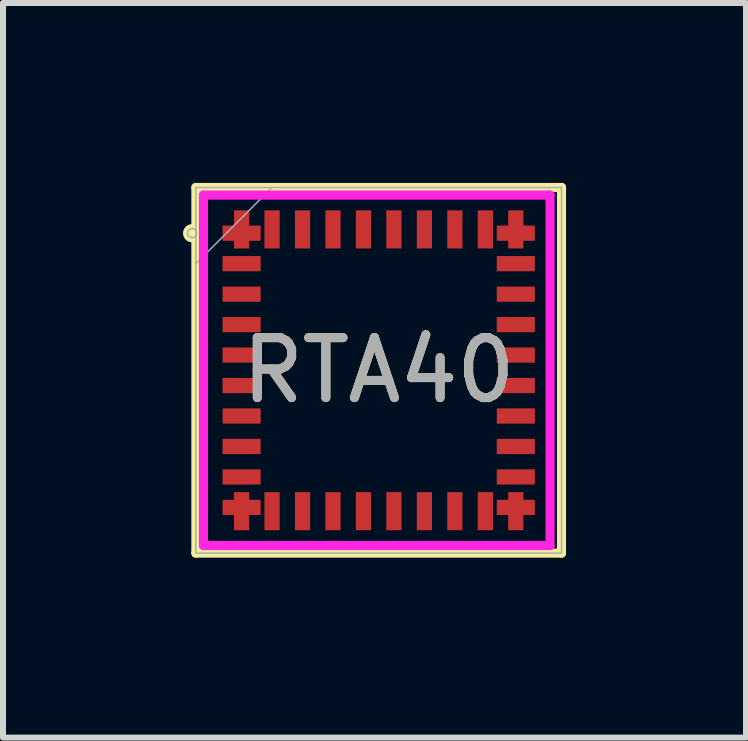
<source format=kicad_pcb>
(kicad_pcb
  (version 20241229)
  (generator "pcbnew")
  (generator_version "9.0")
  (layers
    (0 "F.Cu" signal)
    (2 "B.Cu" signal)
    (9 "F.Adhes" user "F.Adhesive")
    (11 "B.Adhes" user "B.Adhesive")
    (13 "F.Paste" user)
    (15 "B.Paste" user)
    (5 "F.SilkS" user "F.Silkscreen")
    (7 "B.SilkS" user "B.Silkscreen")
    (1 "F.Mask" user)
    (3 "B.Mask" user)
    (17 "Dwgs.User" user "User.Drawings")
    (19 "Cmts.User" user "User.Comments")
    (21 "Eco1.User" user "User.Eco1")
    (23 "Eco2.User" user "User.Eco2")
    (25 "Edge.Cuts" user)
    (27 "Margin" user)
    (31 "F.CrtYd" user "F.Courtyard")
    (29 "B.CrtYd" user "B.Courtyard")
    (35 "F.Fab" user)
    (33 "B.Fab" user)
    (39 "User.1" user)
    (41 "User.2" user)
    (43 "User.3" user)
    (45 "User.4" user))
  (footprint "RTA40"
    (layer "F.Cu")
    (at 3.264 3.124)
    (property "Reference" "RTA40" (at 0 0 0) (unlocked yes) (layer "F.SilkS") (effects (font (size 1 1) (thickness 0.15))))
    (attr smd)
    (fp_line (start -3.048 -3.048) (end -3.048 3.048) (stroke (width 0.152) (type solid)) (layer "F.SilkS"))
    (fp_line (start -3.048 3.048) (end 3.048 3.048) (stroke (width 0.152) (type solid)) (layer "F.SilkS"))
    (fp_line (start 3.048 -3.048) (end -3.048 -3.048) (stroke (width 0.152) (type solid)) (layer "F.SilkS"))
    (fp_line (start 3.048 3.048) (end 3.048 -3.048) (stroke (width 0.152) (type solid)) (layer "F.SilkS"))
    (fp_circle (center -3.111 -2.286) (end -3.035 -2.286) (stroke (width 0.152) (type solid)) (fill no) (layer "F.SilkS"))
    (fp_line (start -2.921 -2.921) (end 2.857 -2.921) (stroke (width 0.152) (type solid)) (layer "F.CrtYd"))
    (fp_line (start -2.921 2.921) (end -2.921 -2.921) (stroke (width 0.152) (type solid)) (layer "F.CrtYd"))
    (fp_line (start 2.857 -2.921) (end 2.857 2.921) (stroke (width 0.152) (type solid)) (layer "F.CrtYd"))
    (fp_line (start 2.857 2.921) (end -2.921 2.921) (stroke (width 0.152) (type solid)) (layer "F.CrtYd"))
    (fp_line (start -3.048 -3.048) (end -3.048 3.048) (stroke (width 0.025) (type solid)) (layer "F.Fab"))
    (fp_line (start -3.048 -1.778) (end -1.778 -3.048) (stroke (width 0.025) (type solid)) (layer "F.Fab"))
    (fp_line (start -3.048 3.048) (end 3.048 3.048) (stroke (width 0.025) (type solid)) (layer "F.Fab"))
    (fp_line (start 3.048 -3.048) (end -3.048 -3.048) (stroke (width 0.025) (type solid)) (layer "F.Fab"))
    (fp_line (start 3.048 3.048) (end 3.048 -3.048) (stroke (width 0.025) (type solid)) (layer "F.Fab"))
    (fp_circle (center -3.111 -2.286) (end -3.035 -2.286) (stroke (width 0.025) (type solid)) (fill no) (layer "F.Fab"))
    (fp_text user "${REFERENCE}" (at 0 0 0) (unlocked yes) (layer "F.Fab") (effects (font (size 1 1) (thickness 0.15))))
    (pad "1" smd rect (at -2.286 -2.286) (size 0.635 0.254) (layers "F.Cu" "F.Mask" "F.Paste"))
    (pad "2" smd rect (at -2.286 -1.778) (size 0.635 0.254) (layers "F.Cu" "F.Mask" "F.Paste"))
    (pad "3" smd rect (at -2.286 -1.27) (size 0.635 0.254) (layers "F.Cu" "F.Mask" "F.Paste"))
    (pad "4" smd rect (at -2.286 -0.762) (size 0.635 0.254) (layers "F.Cu" "F.Mask" "F.Paste"))
    (pad "5" smd rect (at -2.286 -0.254) (size 0.635 0.254) (layers "F.Cu" "F.Mask" "F.Paste"))
    (pad "6" smd rect (at -2.286 0.254) (size 0.635 0.254) (layers "F.Cu" "F.Mask" "F.Paste"))
    (pad "7" smd rect (at -2.286 0.762) (size 0.635 0.254) (layers "F.Cu" "F.Mask" "F.Paste"))
    (pad "8" smd rect (at -2.286 1.27) (size 0.635 0.254) (layers "F.Cu" "F.Mask" "F.Paste"))
    (pad "9" smd rect (at -2.286 1.778) (size 0.635 0.254) (layers "F.Cu" "F.Mask" "F.Paste"))
    (pad "10" smd rect (at -2.286 2.286) (size 0.635 0.254) (layers "F.Cu" "F.Mask" "F.Paste"))
    (pad "11" smd rect (at -2.286 2.349 90) (size 0.635 0.254) (layers "F.Cu" "F.Mask" "F.Paste"))
    (pad "12" smd rect (at -1.778 2.349 90) (size 0.635 0.254) (layers "F.Cu" "F.Mask" "F.Paste"))
    (pad "13" smd rect (at -1.27 2.349 90) (size 0.635 0.254) (layers "F.Cu" "F.Mask" "F.Paste"))
    (pad "14" smd rect (at -0.762 2.349 90) (size 0.635 0.254) (layers "F.Cu" "F.Mask" "F.Paste"))
    (pad "15" smd rect (at -0.254 2.349 90) (size 0.635 0.254) (layers "F.Cu" "F.Mask" "F.Paste"))
    (pad "16" smd rect (at 0.254 2.349 90) (size 0.635 0.254) (layers "F.Cu" "F.Mask" "F.Paste"))
    (pad "17" smd rect (at 0.762 2.349 90) (size 0.635 0.254) (layers "F.Cu" "F.Mask" "F.Paste"))
    (pad "18" smd rect (at 1.27 2.349 90) (size 0.635 0.254) (layers "F.Cu" "F.Mask" "F.Paste"))
    (pad "19" smd rect (at 1.778 2.349 90) (size 0.635 0.254) (layers "F.Cu" "F.Mask" "F.Paste"))
    (pad "20" smd rect (at 2.286 2.349 90) (size 0.635 0.254) (layers "F.Cu" "F.Mask" "F.Paste"))
    (pad "21" smd rect (at 2.286 2.286) (size 0.635 0.254) (layers "F.Cu" "F.Mask" "F.Paste"))
    (pad "22" smd rect (at 2.286 1.778) (size 0.635 0.254) (layers "F.Cu" "F.Mask" "F.Paste"))
    (pad "23" smd rect (at 2.286 1.27) (size 0.635 0.254) (layers "F.Cu" "F.Mask" "F.Paste"))
    (pad "24" smd rect (at 2.286 0.762) (size 0.635 0.254) (layers "F.Cu" "F.Mask" "F.Paste"))
    (pad "25" smd rect (at 2.286 0.254) (size 0.635 0.254) (layers "F.Cu" "F.Mask" "F.Paste"))
    (pad "26" smd rect (at 2.286 -0.254) (size 0.635 0.254) (layers "F.Cu" "F.Mask" "F.Paste"))
    (pad "27" smd rect (at 2.286 -0.762) (size 0.635 0.254) (layers "F.Cu" "F.Mask" "F.Paste"))
    (pad "28" smd rect (at 2.286 -1.27) (size 0.635 0.254) (layers "F.Cu" "F.Mask" "F.Paste"))
    (pad "29" smd rect (at 2.286 -1.778) (size 0.635 0.254) (layers "F.Cu" "F.Mask" "F.Paste"))
    (pad "30" smd rect (at 2.286 -2.286) (size 0.635 0.254) (layers "F.Cu" "F.Mask" "F.Paste"))
    (pad "31" smd rect (at 2.286 -2.349 90) (size 0.635 0.254) (layers "F.Cu" "F.Mask" "F.Paste"))
    (pad "32" smd rect (at 1.778 -2.349 90) (size 0.635 0.254) (layers "F.Cu" "F.Mask" "F.Paste"))
    (pad "33" smd rect (at 1.27 -2.349 90) (size 0.635 0.254) (layers "F.Cu" "F.Mask" "F.Paste"))
    (pad "34" smd rect (at 0.762 -2.349 90) (size 0.635 0.254) (layers "F.Cu" "F.Mask" "F.Paste"))
    (pad "35" smd rect (at 0.254 -2.349 90) (size 0.635 0.254) (layers "F.Cu" "F.Mask" "F.Paste"))
    (pad "36" smd rect (at -0.254 -2.349 90) (size 0.635 0.254) (layers "F.Cu" "F.Mask" "F.Paste"))
    (pad "37" smd rect (at -0.762 -2.349 90) (size 0.635 0.254) (layers "F.Cu" "F.Mask" "F.Paste"))
    (pad "38" smd rect (at -1.27 -2.349 90) (size 0.635 0.254) (layers "F.Cu" "F.Mask" "F.Paste"))
    (pad "39" smd rect (at -1.778 -2.349 90) (size 0.635 0.254) (layers "F.Cu" "F.Mask" "F.Paste"))
    (pad "40" smd rect (at -2.286 -2.349 90) (size 0.635 0.254) (layers "F.Cu" "F.Mask" "F.Paste")))
  (gr_rect
    (start -3 -3)
    (end 9.388 9.248)
    (stroke (width 0.1) (type default))
    (fill no)
    (layer "Edge.Cuts")))
</source>
